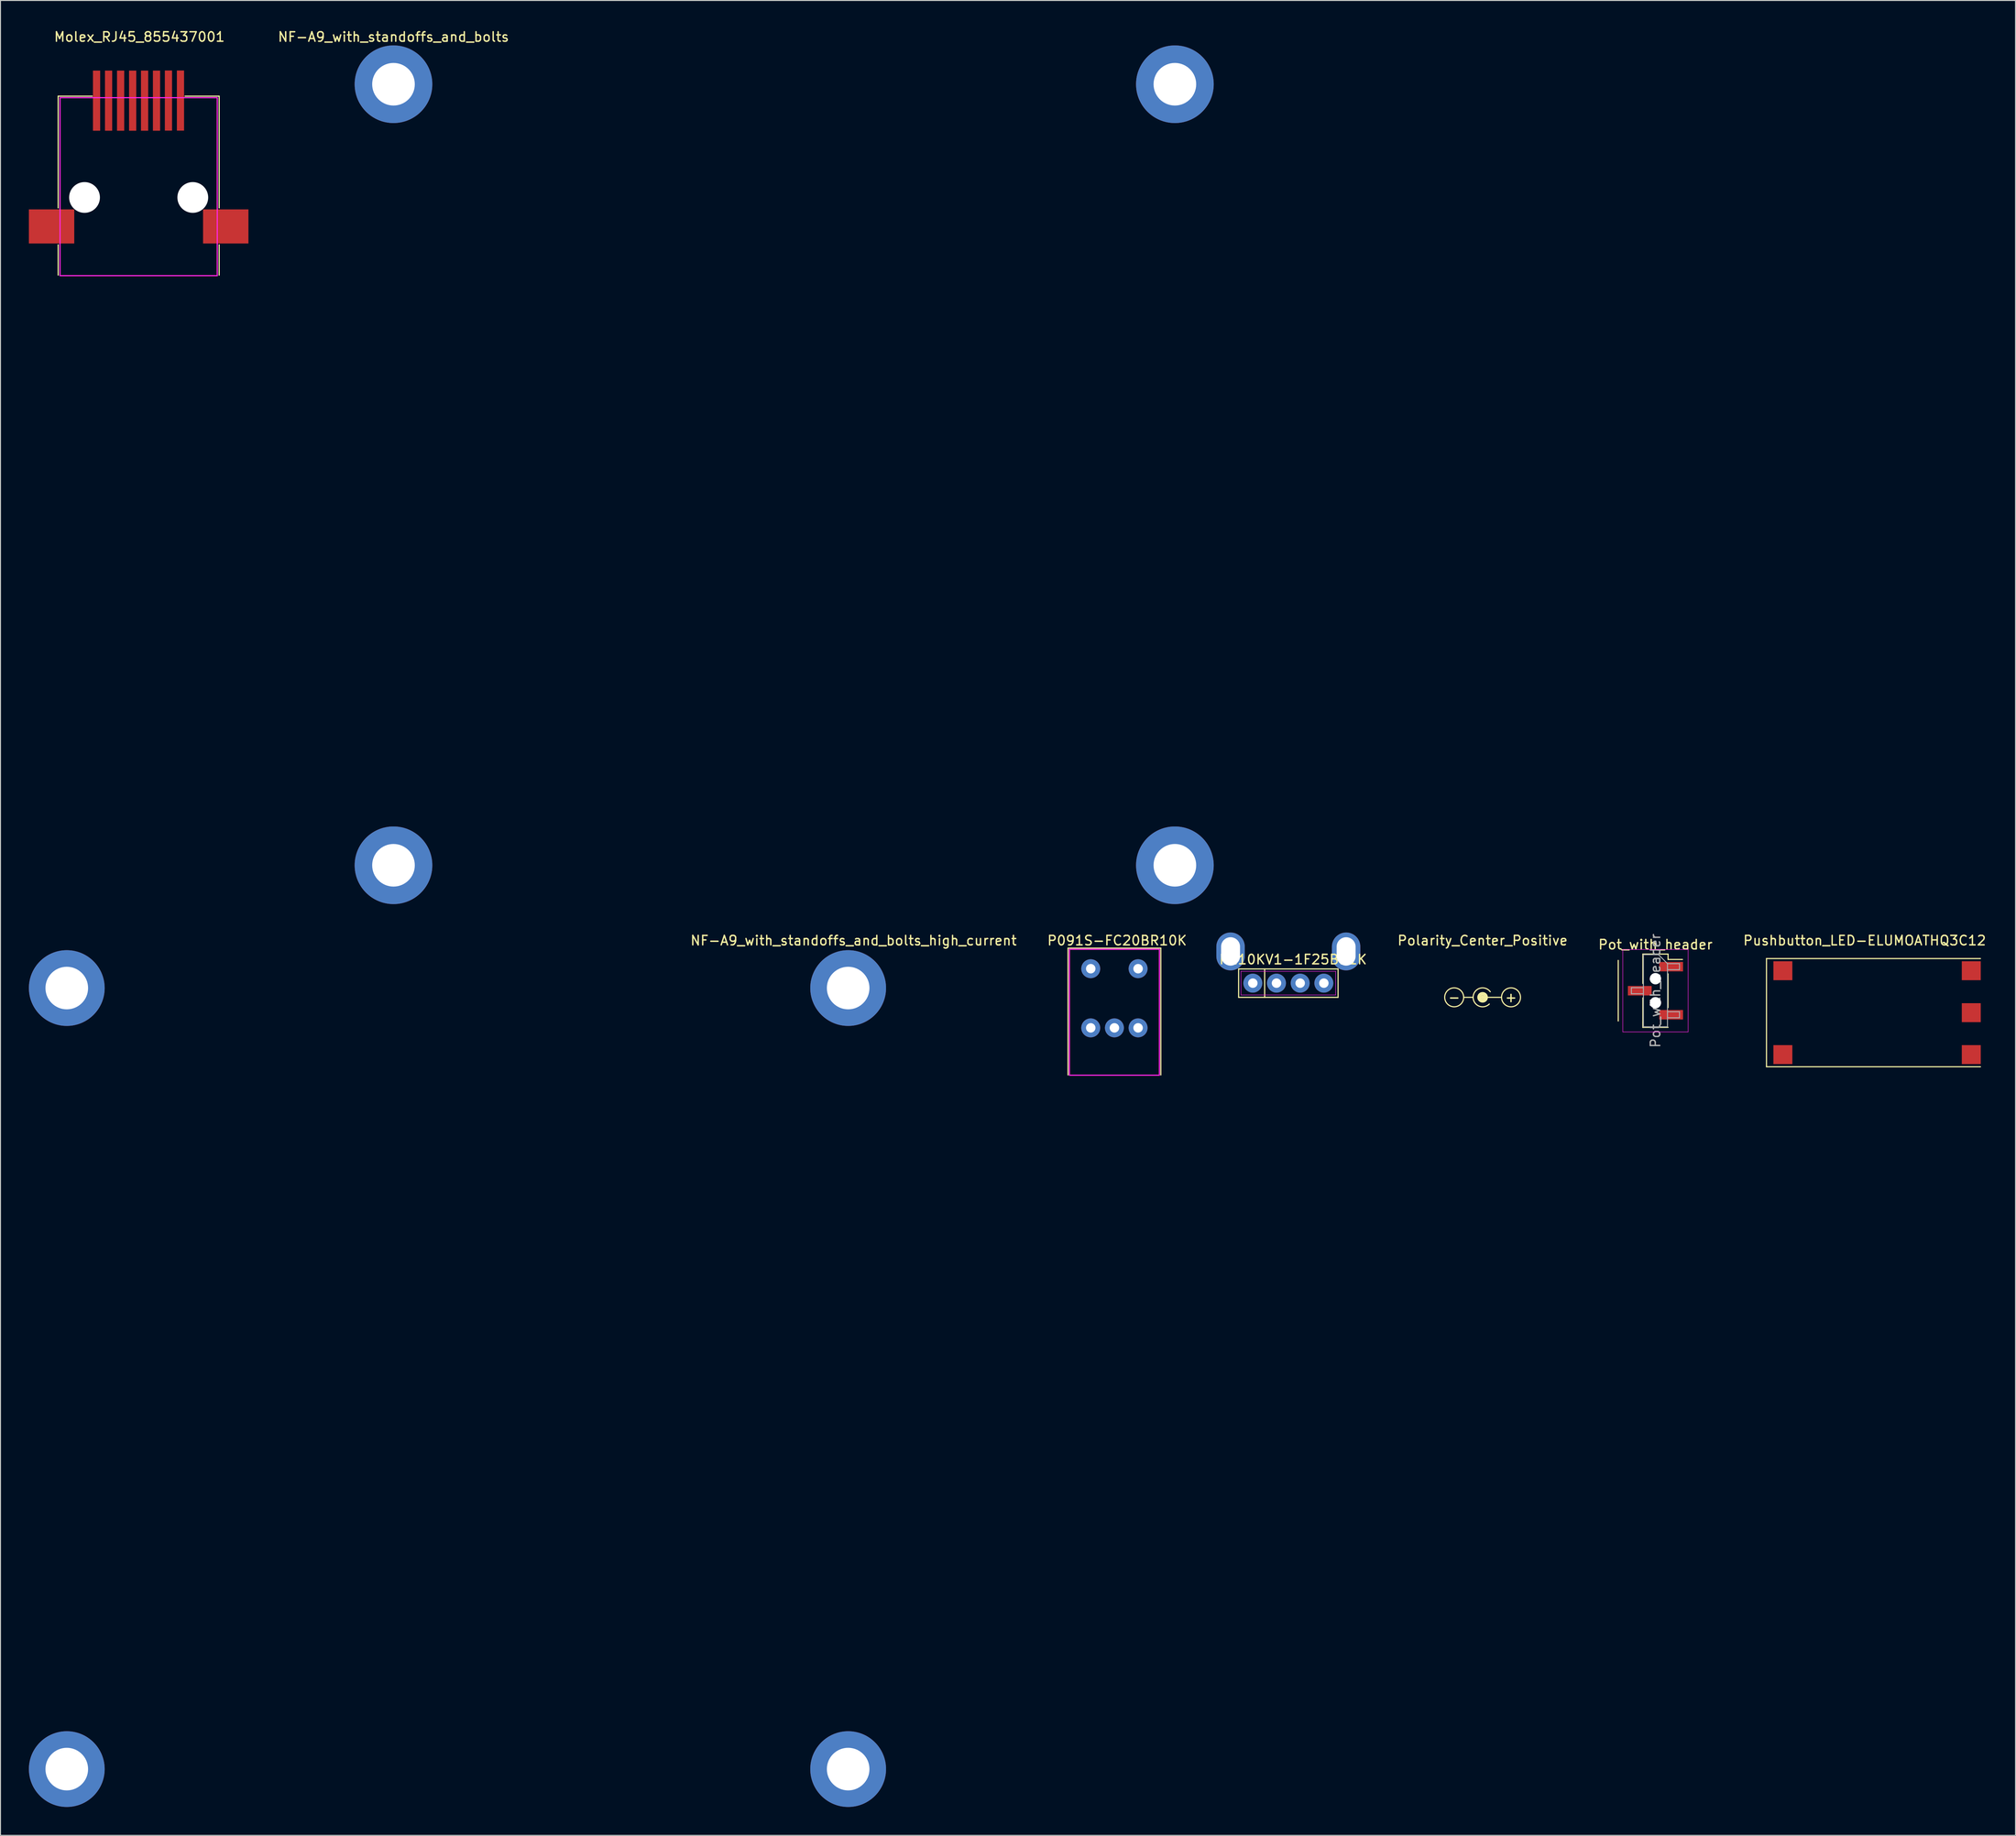
<source format=kicad_pcb>
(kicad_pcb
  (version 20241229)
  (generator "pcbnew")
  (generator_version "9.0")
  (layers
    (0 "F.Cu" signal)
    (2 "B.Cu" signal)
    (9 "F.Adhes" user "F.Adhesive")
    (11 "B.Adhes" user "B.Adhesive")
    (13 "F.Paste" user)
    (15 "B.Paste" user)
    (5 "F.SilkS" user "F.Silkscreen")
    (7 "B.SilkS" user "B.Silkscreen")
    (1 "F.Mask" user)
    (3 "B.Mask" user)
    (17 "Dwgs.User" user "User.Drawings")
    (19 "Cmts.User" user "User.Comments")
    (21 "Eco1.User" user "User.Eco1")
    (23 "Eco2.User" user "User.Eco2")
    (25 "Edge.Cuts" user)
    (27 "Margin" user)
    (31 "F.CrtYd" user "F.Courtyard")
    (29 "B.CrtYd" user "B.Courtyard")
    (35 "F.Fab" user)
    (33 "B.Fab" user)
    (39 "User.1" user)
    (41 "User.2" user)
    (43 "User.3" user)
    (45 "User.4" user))
  (footprint "Molex_RJ45_855437001"
    (layer "F.Cu")
    (at 11.59 4.408)
    (property "Reference" "Molex_RJ45_855437001" (at 0.08 -3.56 0) (layer "F.SilkS") (effects (font (size 1 1) (thickness 0.15))))
    (attr through_hole)
    (fp_line (start -8.5 2.7) (end -8.5 14.5) (stroke (width 0.12) (type solid)) (layer "F.SilkS"))
    (fp_line (start -8.5 18.4) (end -8.5 21.6) (stroke (width 0.12) (type solid)) (layer "F.SilkS"))
    (fp_line (start -4.9 2.7) (end -8.5 2.7) (stroke (width 0.12) (type solid)) (layer "F.SilkS"))
    (fp_line (start 4.9 2.7) (end 8.5 2.7) (stroke (width 0.12) (type solid)) (layer "F.SilkS"))
    (fp_line (start 8.5 2.7) (end 8.5 14.5) (stroke (width 0.12) (type solid)) (layer "F.SilkS"))
    (fp_line (start 8.5 18.4) (end 8.5 21.6) (stroke (width 0.12) (type solid)) (layer "F.SilkS"))
    (fp_line (start -8.3 2.86) (end -8.3 21.66) (stroke (width 0.12) (type solid)) (layer "F.CrtYd"))
    (fp_line (start -8.3 2.86) (end 8.3 2.86) (stroke (width 0.12) (type solid)) (layer "F.CrtYd"))
    (fp_line (start -8.3 21.66) (end 8.3 21.66) (stroke (width 0.12) (type solid)) (layer "F.CrtYd"))
    (fp_line (start 8.3 2.86) (end 8.3 21.66) (stroke (width 0.12) (type solid)) (layer "F.CrtYd"))
    (pad "" np_thru_hole circle (at -5.715 13.4) (size 3.25 3.25) (drill 3.25) (layers "*.Cu" "*.Mask"))
    (pad "" np_thru_hole circle (at 5.715 13.4) (size 3.25 3.25) (drill 3.25) (layers "*.Cu" "*.Mask"))
    (pad "1" smd rect (at -4.445 3.175) (size 0.76 6.35) (layers "F.Cu" "F.Mask" "F.Paste"))
    (pad "2" smd rect (at -3.175 3.175) (size 0.76 6.35) (layers "F.Cu" "F.Mask" "F.Paste"))
    (pad "3" smd rect (at -1.905 3.175) (size 0.76 6.35) (layers "F.Cu" "F.Mask" "F.Paste"))
    (pad "4" smd rect (at -0.635 3.175) (size 0.76 6.35) (layers "F.Cu" "F.Mask" "F.Paste"))
    (pad "5" smd rect (at 0.625 3.175) (size 0.76 6.35) (layers "F.Cu" "F.Mask" "F.Paste"))
    (pad "6" smd rect (at 1.885 3.175) (size 0.76 6.35) (layers "F.Cu" "F.Mask" "F.Paste"))
    (pad "7" smd rect (at 3.145 3.165) (size 0.76 6.35) (layers "F.Cu" "F.Mask" "F.Paste"))
    (pad "8" smd rect (at 4.415 3.165) (size 0.76 6.35) (layers "F.Cu" "F.Mask" "F.Paste"))
    (pad "SH" smd rect (at -9.195 16.46) (size 4.79 3.6) (layers "F.Cu" "F.Mask" "F.Paste"))
    (pad "SH" smd rect (at 9.195 16.46) (size 4.79 3.6) (layers "F.Cu" "F.Mask" "F.Paste")))
  (footprint "NF-A9_with_standoffs_and_bolts_high_current"
    (layer "F.Cu")
    (at 4 101.317)
    (property "Reference" "NF-A9_with_standoffs_and_bolts_high_current" (at 83.07 -5.02 0) (layer "F.SilkS") (effects (font (size 1 1) (thickness 0.15))))
    (attr through_hole)
    (pad "1" thru_hole circle (at 0 0) (size 8 8) (drill 4.5) (layers "*.Cu" "*.Mask"))
    (pad "1" thru_hole circle (at 0 82.5) (size 8 8) (drill 4.5) (layers "*.Cu" "*.Mask"))
    (pad "1" thru_hole circle (at 82.5 0) (size 8 8) (drill 4.5) (layers "*.Cu" "*.Mask"))
    (pad "1" thru_hole circle (at 82.5 82.5) (size 8 8) (drill 4.5) (layers "*.Cu" "*.Mask")))
  (footprint "Polarity_Center_Positive"
    (layer "F.Cu")
    (at 153.485 96.296)
    (property "Reference" "Polarity_Center_Positive" (at 0 0 0) (layer "F.SilkS") (effects (font (size 1 1) (thickness 0.15))))
    (attr exclude_from_pos_files exclude_from_bom)
    (fp_line (start -2 6) (end -1 6) (stroke (width 0.12) (type solid)) (layer "F.SilkS"))
    (fp_line (start 0 6) (end 2 6) (stroke (width 0.12) (type solid)) (layer "F.SilkS"))
    (fp_arc (start 0.70859 6.70859) (mid -0.999056 5.921981) (end 0.81 5.41) (stroke (width 0.12) (type solid)) (layer "F.SilkS"))
    (fp_circle (center -3 6) (end -3 5) (stroke (width 0.12) (type solid)) (fill no) (layer "F.SilkS"))
    (fp_circle (center 0 6) (end -0.02 5.86) (stroke (width 0.12) (type solid)) (fill no) (layer "F.SilkS"))
    (fp_circle (center 0 6) (end 0 5.5) (stroke (width 0.12) (type solid)) (fill no) (layer "F.SilkS"))
    (fp_circle (center 0 6) (end 0 5.6) (stroke (width 0.12) (type solid)) (fill no) (layer "F.SilkS"))
    (fp_circle (center 0 6) (end 0 5.75) (stroke (width 0.12) (type solid)) (fill no) (layer "F.SilkS"))
    (fp_circle (center 0 6) (end 0 5.9) (stroke (width 0.12) (type solid)) (fill no) (layer "F.SilkS"))
    (fp_circle (center 0 6) (end 0.02 5.69) (stroke (width 0.12) (type solid)) (fill no) (layer "F.SilkS"))
    (fp_circle (center 3 6) (end 3 5) (stroke (width 0.12) (type solid)) (fill no) (layer "F.SilkS"))
    (fp_text user "+" (at 3 6 0) (layer "F.SilkS") (effects (font (size 1 1) (thickness 0.15))))
    (fp_text user "-" (at -3 6 0) (layer "F.SilkS") (effects (font (size 1 1) (thickness 0.15)))))
  (footprint "Pot_with_header"
    (layer "F.Cu")
    (at 171.735 101.597)
    (property "Reference" "Pot_with_header" (at 0 -4.87 0) (layer "F.SilkS") (effects (font (size 1 1) (thickness 0.15))))
    (attr smd)
    (fp_line (start -3.93 3.2) (end -3.93 -3.2) (stroke (width 0.12) (type solid)) (layer "F.SilkS"))
    (fp_line (start -1.33 -3.87) (end -1.33 -0.76) (stroke (width 0.12) (type solid)) (layer "F.SilkS"))
    (fp_line (start -1.33 -3.87) (end 1.33 -3.87) (stroke (width 0.12) (type solid)) (layer "F.SilkS"))
    (fp_line (start -1.33 0.76) (end -1.33 3.87) (stroke (width 0.12) (type solid)) (layer "F.SilkS"))
    (fp_line (start -1.33 3.3) (end -1.33 3.87) (stroke (width 0.12) (type solid)) (layer "F.SilkS"))
    (fp_line (start -1.33 3.87) (end 1.33 3.87) (stroke (width 0.12) (type solid)) (layer "F.SilkS"))
    (fp_line (start 1.33 -3.87) (end 1.33 -3.3) (stroke (width 0.12) (type solid)) (layer "F.SilkS"))
    (fp_line (start 1.33 -3.3) (end 2.85 -3.3) (stroke (width 0.12) (type solid)) (layer "F.SilkS"))
    (fp_line (start 1.33 -1.78) (end 1.33 1.78) (stroke (width 0.12) (type solid)) (layer "F.SilkS"))
    (fp_line (start -3.45 -4.35) (end -3.45 4.35) (stroke (width 0.05) (type solid)) (layer "F.CrtYd"))
    (fp_line (start -3.45 4.35) (end 3.45 4.35) (stroke (width 0.05) (type solid)) (layer "F.CrtYd"))
    (fp_line (start 3.45 -4.35) (end -3.45 -4.35) (stroke (width 0.05) (type solid)) (layer "F.CrtYd"))
    (fp_line (start 3.45 4.35) (end 3.45 -4.35) (stroke (width 0.05) (type solid)) (layer "F.CrtYd"))
    (fp_line (start -2.54 -0.32) (end -2.54 0.32) (stroke (width 0.1) (type solid)) (layer "F.Fab"))
    (fp_line (start -2.54 0.32) (end -1.27 0.32) (stroke (width 0.1) (type solid)) (layer "F.Fab"))
    (fp_line (start -1.27 -3.81) (end -1.27 3.81) (stroke (width 0.1) (type solid)) (layer "F.Fab"))
    (fp_line (start -1.27 -3.81) (end 0.32 -3.81) (stroke (width 0.1) (type solid)) (layer "F.Fab"))
    (fp_line (start -1.27 -0.32) (end -2.54 -0.32) (stroke (width 0.1) (type solid)) (layer "F.Fab"))
    (fp_line (start 1.27 -2.86) (end 0.32 -3.81) (stroke (width 0.1) (type solid)) (layer "F.Fab"))
    (fp_line (start 1.27 -2.86) (end 2.54 -2.86) (stroke (width 0.1) (type solid)) (layer "F.Fab"))
    (fp_line (start 1.27 2.22) (end 2.54 2.22) (stroke (width 0.1) (type solid)) (layer "F.Fab"))
    (fp_line (start 1.27 3.81) (end -1.27 3.81) (stroke (width 0.1) (type solid)) (layer "F.Fab"))
    (fp_line (start 1.27 3.81) (end 1.27 -2.86) (stroke (width 0.1) (type solid)) (layer "F.Fab"))
    (fp_line (start 2.54 -2.86) (end 2.54 -2.22) (stroke (width 0.1) (type solid)) (layer "F.Fab"))
    (fp_line (start 2.54 -2.22) (end 1.27 -2.22) (stroke (width 0.1) (type solid)) (layer "F.Fab"))
    (fp_line (start 2.54 2.22) (end 2.54 2.86) (stroke (width 0.1) (type solid)) (layer "F.Fab"))
    (fp_line (start 2.54 2.86) (end 1.27 2.86) (stroke (width 0.1) (type solid)) (layer "F.Fab"))
    (fp_text user "${REFERENCE}" (at 0 0 90) (layer "F.Fab") (effects (font (size 1 1) (thickness 0.15))))
    (pad "" np_thru_hole circle (at 0 -1.27) (size 1.2 1.2) (drill 1.2) (layers "*.Cu" "*.Mask"))
    (pad "" np_thru_hole circle (at 0 1.27) (size 1.2 1.2) (drill 1.2) (layers "*.Cu" "*.Mask"))
    (pad "1" smd rect (at 1.655 -2.54) (size 2.51 1) (layers "F.Cu" "F.Mask" "F.Paste"))
    (pad "2" smd rect (at -1.655 0) (size 2.51 1) (layers "F.Cu" "F.Mask" "F.Paste"))
    (pad "3" smd rect (at 1.655 2.54) (size 2.51 1) (layers "F.Cu" "F.Mask" "F.Paste")))
  (footprint "NF-A9_with_standoffs_and_bolts"
    (layer "F.Cu")
    (at 38.495 5.848)
    (property "Reference" "NF-A9_with_standoffs_and_bolts" (at 0 -5 0) (layer "F.SilkS") (effects (font (size 1 1) (thickness 0.15))))
    (attr through_hole)
    (pad "" np_thru_hole circle (at 0 0) (size 8.2 8.2) (drill 4.5) (layers "*.Cu" "*.Mask"))
    (pad "" np_thru_hole circle (at 0 82.5) (size 8.2 8.2) (drill 4.5) (layers "*.Cu" "*.Mask"))
    (pad "" np_thru_hole circle (at 82.5 0) (size 8.2 8.2) (drill 4.5) (layers "*.Cu" "*.Mask"))
    (pad "" np_thru_hole circle (at 82.5 82.5) (size 8.2 8.2) (drill 4.5) (layers "*.Cu" "*.Mask")))
  (footprint "P110KV1-1F25BR1K"
    (layer "F.Cu")
    (at 132.974 100.798)
    (property "Reference" "P110KV1-1F25BR1K" (at 0.5 -2.5 0) (layer "F.SilkS") (effects (font (size 1 1) (thickness 0.15))))
    (attr through_hole)
    (fp_line (start -5.25 -1.5) (end 5.25 -1.5) (stroke (width 0.12) (type solid)) (layer "F.SilkS"))
    (fp_line (start -5.25 1.5) (end -5.25 -1.5) (stroke (width 0.12) (type solid)) (layer "F.SilkS"))
    (fp_line (start -2.5 -1.5) (end -2.5 1.5) (stroke (width 0.12) (type solid)) (layer "F.SilkS"))
    (fp_line (start 5.25 -1.5) (end 5.25 1.5) (stroke (width 0.12) (type solid)) (layer "F.SilkS"))
    (fp_line (start 5.25 1.5) (end -5.25 1.5) (stroke (width 0.12) (type solid)) (layer "F.SilkS"))
    (fp_line (start -5 -1.25) (end 5 -1.25) (stroke (width 0.05) (type solid)) (layer "F.CrtYd"))
    (fp_line (start -5 1.25) (end -5 -1.25) (stroke (width 0.05) (type solid)) (layer "F.CrtYd"))
    (fp_line (start 5 -1.25) (end 5 1.25) (stroke (width 0.05) (type solid)) (layer "F.CrtYd"))
    (fp_line (start 5 1.25) (end -5 1.25) (stroke (width 0.05) (type solid)) (layer "F.CrtYd"))
    (pad "1" thru_hole circle (at -3.75 0) (size 2 2) (drill 1) (layers "*.Cu" "*.Mask"))
    (pad "2" thru_hole circle (at -1.25 0) (size 2 2) (drill 1) (layers "*.Cu" "*.Mask"))
    (pad "3" thru_hole circle (at 1.25 0) (size 2 2) (drill 1) (layers "*.Cu" "*.Mask"))
    (pad "~" thru_hole oval (at -6.1 -3.35) (size 3 4) (drill oval 2 3) (layers "*.Cu" "*.Mask"))
    (pad "~" thru_hole circle (at 3.75 0) (size 2 2) (drill 1) (layers "*.Cu" "*.Mask"))
    (pad "~" thru_hole oval (at 6.1 -3.35) (size 3 4) (drill oval 2 3) (layers "*.Cu" "*.Mask")))
  (footprint "P091S-FC20BR10K"
    (layer "F.Cu")
    (at 114.611 102.397)
    (property "Reference" "P091S-FC20BR10K" (at 0.28 -6.1 180) (layer "F.SilkS") (effects (font (size 1 1) (thickness 0.15))))
    (attr through_hole)
    (fp_line (start -4.9 -5.3) (end 4.9 -5.3) (stroke (width 0.12) (type solid)) (layer "F.SilkS"))
    (fp_line (start -4.9 8.1) (end -4.9 -5.3) (stroke (width 0.12) (type solid)) (layer "F.SilkS"))
    (fp_line (start 4.9 -5.3) (end 4.9 8.1) (stroke (width 0.12) (type solid)) (layer "F.SilkS"))
    (fp_line (start -4.75 -5.175) (end -4.75 8.125) (stroke (width 0.12) (type solid)) (layer "F.CrtYd"))
    (fp_line (start -4.75 -5.175) (end 4.75 -5.175) (stroke (width 0.12) (type solid)) (layer "F.CrtYd"))
    (fp_line (start -4.75 8.125) (end 4.75 8.125) (stroke (width 0.12) (type solid)) (layer "F.CrtYd"))
    (fp_line (start 4.75 -5.175) (end 4.75 8.125) (stroke (width 0.12) (type solid)) (layer "F.CrtYd"))
    (pad "1" thru_hole circle (at -2.5 3.125) (size 2 2) (drill 1) (layers "*.Cu" "*.Mask"))
    (pad "2" thru_hole circle (at 0 3.125) (size 2 2) (drill 1) (layers "*.Cu" "*.Mask"))
    (pad "3" thru_hole circle (at 2.5 3.125) (size 2 2) (drill 1) (layers "*.Cu" "*.Mask"))
    (pad "4" thru_hole circle (at 2.5 -3.125) (size 2 2) (drill 1) (layers "*.Cu" "*.Mask"))
    (pad "5" thru_hole circle (at -2.5 -3.125) (size 2 2) (drill 1) (layers "*.Cu" "*.Mask")))
  (footprint "Pushbutton_LED-ELUMOATHQ3C12"
    (layer "F.Cu")
    (at 184.189 103.916)
    (property "Reference" "Pushbutton_LED-ELUMOATHQ3C12" (at 9.63 -7.62 0) (layer "F.SilkS") (effects (font (size 1 1) (thickness 0.15))))
    (attr through_hole)
    (fp_line (start -0.73 -5.715) (end -0.73 5.715) (stroke (width 0.12) (type solid)) (layer "F.SilkS"))
    (fp_line (start -0.73 -5.715) (end 21.86 -5.715) (stroke (width 0.12) (type solid)) (layer "F.SilkS"))
    (fp_line (start -0.73 5.715) (end 21.86 5.715) (stroke (width 0.12) (type solid)) (layer "F.SilkS"))
    (pad "1" smd rect (at 20.89 4.43) (size 2 2) (layers "F.Cu" "F.Mask" "F.Paste"))
    (pad "2" smd rect (at 20.89 0) (size 2 2) (layers "F.Cu" "F.Mask" "F.Paste"))
    (pad "3" smd rect (at 20.89 -4.43) (size 2 2) (layers "F.Cu" "F.Mask" "F.Paste"))
    (pad "4" smd rect (at 1 -4.43) (size 2 2) (layers "F.Cu" "F.Mask" "F.Paste"))
    (pad "5" smd rect (at 1 4.43) (size 2 2) (layers "F.Cu" "F.Mask" "F.Paste")))
  (gr_rect
    (start -3 -3)
    (end 209.753 190.816)
    (stroke (width 0.1) (type default))
    (fill no)
    (layer "Edge.Cuts")))
</source>
